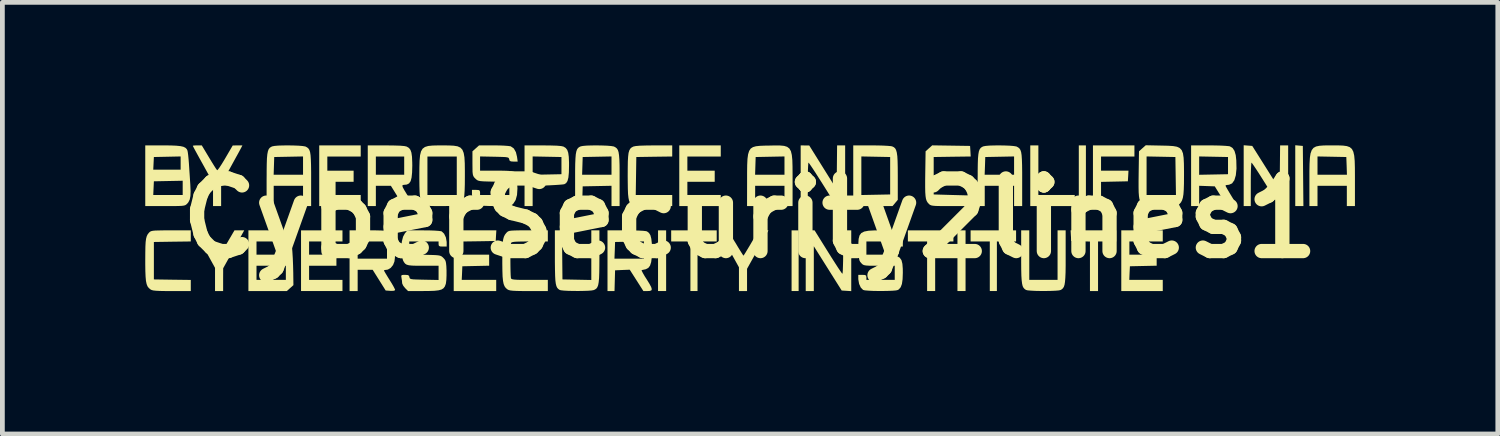
<source format=kicad_pcb>
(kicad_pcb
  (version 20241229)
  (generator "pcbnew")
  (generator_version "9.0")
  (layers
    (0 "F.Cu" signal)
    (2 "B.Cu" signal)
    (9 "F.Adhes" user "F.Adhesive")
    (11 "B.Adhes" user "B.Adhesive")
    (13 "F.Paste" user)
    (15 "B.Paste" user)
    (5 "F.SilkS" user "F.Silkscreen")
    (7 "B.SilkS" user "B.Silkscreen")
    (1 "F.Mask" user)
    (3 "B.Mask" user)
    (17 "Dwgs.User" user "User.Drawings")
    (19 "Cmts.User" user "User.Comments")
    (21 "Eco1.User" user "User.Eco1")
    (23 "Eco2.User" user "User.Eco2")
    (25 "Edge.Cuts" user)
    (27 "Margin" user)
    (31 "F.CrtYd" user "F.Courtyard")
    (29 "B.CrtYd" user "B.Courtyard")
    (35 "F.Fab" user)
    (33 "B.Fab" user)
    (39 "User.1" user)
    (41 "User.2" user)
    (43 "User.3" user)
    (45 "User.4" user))
  (footprint "CyberSecurity2lines1"
    (layer "F.Cu")
    (at 12.7 1.532)
    (property "Reference" "CyberSecurity2lines1" (at 0 0 0) (layer "F.SilkS") (effects (font (size 1.524 1.524) (thickness 0.3))))
    (attr board_only exclude_from_pos_files exclude_from_bom)
    (fp_poly (pts (xy -1.763 1.529) (xy -1.933 1.529) (xy -1.933 0.255) (xy -1.763 0.255)) (stroke (width 0) (type solid)) (fill yes) (layer "F.SilkS"))
    (fp_poly (pts (xy 1.019 1.529) (xy 0.871 1.529) (xy 0.871 0.255) (xy 1.019 0.255)) (stroke (width 0) (type solid)) (fill yes) (layer "F.SilkS"))
    (fp_poly (pts (xy 4.524 1.529) (xy 4.354 1.529) (xy 4.354 0.255) (xy 4.524 0.255)) (stroke (width 0) (type solid)) (fill yes) (layer "F.SilkS"))
    (fp_poly (pts (xy 7.051 -0.255) (xy 6.902 -0.255) (xy 6.902 -1.529) (xy 7.051 -1.529)) (stroke (width 0) (type solid)) (fill yes) (layer "F.SilkS"))
    (fp_poly (pts (xy 6.053 -0.488) (xy 6.817 -0.488) (xy 6.817 -0.255) (xy 5.883 -0.255) (xy 5.883 -1.529) (xy 6.053 -1.529)) (stroke (width 0) (type solid)) (fill yes) (layer "F.SilkS"))
    (fp_poly (pts (xy 11.527 -1.525) (xy 11.606 -1.518) (xy 11.612 -0.887) (xy 11.618 -0.255) (xy 11.447 -0.255) (xy 11.447 -1.532)) (stroke (width 0) (type solid)) (fill yes) (layer "F.SilkS"))
    (fp_poly (pts (xy -0.701 0.488) (xy -1.104 0.488) (xy -1.104 1.529) (xy -1.253 1.529) (xy -1.253 0.488) (xy -1.657 0.488) (xy -1.657 0.255) (xy -0.701 0.255)) (stroke (width 0) (type solid)) (fill yes) (layer "F.SilkS"))
    (fp_poly (pts (xy 4.269 0.488) (xy 3.886 0.488) (xy 3.886 1.529) (xy 3.717 1.529) (xy 3.717 0.488) (xy 3.313 0.488) (xy 3.313 0.255) (xy 4.269 0.255)) (stroke (width 0) (type solid)) (fill yes) (layer "F.SilkS"))
    (fp_poly (pts (xy 5.585 0.488) (xy 5.182 0.488) (xy 5.182 1.529) (xy 5.033 1.529) (xy 5.033 0.488) (xy 4.63 0.488) (xy 4.63 0.255) (xy 5.585 0.255)) (stroke (width 0) (type solid)) (fill yes) (layer "F.SilkS"))
    (fp_poly (pts (xy 7.688 0.488) (xy 7.306 0.488) (xy 7.306 1.529) (xy 7.136 1.529) (xy 7.136 0.49) (xy 6.939 0.484) (xy 6.743 0.478) (xy 6.736 0.366) (xy 6.73 0.255) (xy 7.688 0.255)) (stroke (width 0) (type solid)) (fill yes) (layer "F.SilkS"))
    (fp_poly (pts (xy -8.559 0.488) (xy -9.26 0.488) (xy -9.26 0.765) (xy -8.686 0.765) (xy -8.686 0.998) (xy -9.26 0.998) (xy -9.26 1.295) (xy -8.559 1.295) (xy -8.559 1.529) (xy -9.429 1.529) (xy -9.429 0.255) (xy -8.559 0.255)) (stroke (width 0) (type solid)) (fill yes) (layer "F.SilkS"))
    (fp_poly (pts (xy -8.176 -1.295) (xy -8.877 -1.295) (xy -8.877 -0.998) (xy -8.325 -0.998) (xy -8.325 -0.765) (xy -8.877 -0.765) (xy -8.877 -0.488) (xy -8.176 -0.488) (xy -8.176 -0.255) (xy -9.047 -0.255) (xy -9.047 -1.529) (xy -8.176 -1.529)) (stroke (width 0) (type solid)) (fill yes) (layer "F.SilkS"))
    (fp_poly (pts (xy -0.616 -1.295) (xy -1.317 -1.295) (xy -1.317 -0.998) (xy -0.743 -0.998) (xy -0.743 -0.765) (xy -1.317 -0.765) (xy -1.317 -0.488) (xy -0.616 -0.488) (xy -0.616 -0.255) (xy -1.487 -0.255) (xy -1.487 -1.529) (xy -0.616 -1.529)) (stroke (width 0) (type solid)) (fill yes) (layer "F.SilkS"))
    (fp_poly (pts (xy 8.07 -1.295) (xy 7.369 -1.295) (xy 7.369 -0.998) (xy 7.945 -0.998) (xy 7.939 -0.887) (xy 7.932 -0.775) (xy 7.651 -0.769) (xy 7.369 -0.763) (xy 7.369 -0.255) (xy 7.199 -0.255) (xy 7.199 -1.529) (xy 8.07 -1.529)) (stroke (width 0) (type solid)) (fill yes) (layer "F.SilkS"))
    (fp_poly (pts (xy 8.665 0.488) (xy 7.964 0.488) (xy 7.964 0.765) (xy 8.537 0.765) (xy 8.537 0.997) (xy 8.256 1.003) (xy 7.975 1.009) (xy 7.968 1.152) (xy 7.962 1.295) (xy 8.665 1.295) (xy 8.665 1.529) (xy 7.794 1.529) (xy 7.794 0.255) (xy 8.665 0.255)) (stroke (width 0) (type solid)) (fill yes) (layer "F.SilkS"))
    (fp_poly (pts (xy -5.335 0.366) (xy -5.341 0.478) (xy -5.697 0.484) (xy -6.053 0.489) (xy -6.053 0.765) (xy -5.479 0.765) (xy -5.479 0.997) (xy -6.042 1.009) (xy -6.048 1.152) (xy -6.055 1.295) (xy -5.331 1.295) (xy -5.331 1.529) (xy -6.223 1.529) (xy -6.223 0.255) (xy -5.328 0.255)) (stroke (width 0) (type solid)) (fill yes) (layer "F.SilkS"))
    (fp_poly (pts (xy 1.638 0.711) (xy 1.716 0.835) (xy 1.787 0.946) (xy 1.848 1.04) (xy 1.896 1.111) (xy 1.927 1.155) (xy 1.938 1.167) (xy 1.943 1.147) (xy 1.947 1.091) (xy 1.95 1.004) (xy 1.953 0.894) (xy 1.954 0.765) (xy 1.954 0.711) (xy 1.954 0.255) (xy 2.124 0.255) (xy 2.124 1.531) (xy 1.923 1.518) (xy 1.338 0.588) (xy 1.338 1.529) (xy 1.168 1.529) (xy 1.168 0.255) (xy 1.354 0.255)) (stroke (width 0) (type solid)) (fill yes) (layer "F.SilkS"))
    (fp_poly (pts (xy 1.996 -0.255) (xy 1.813 -0.255) (xy 1.528 -0.711) (xy 1.449 -0.835) (xy 1.378 -0.947) (xy 1.317 -1.04) (xy 1.269 -1.111) (xy 1.238 -1.155) (xy 1.226 -1.168) (xy 1.222 -1.148) (xy 1.218 -1.091) (xy 1.214 -1.004) (xy 1.212 -0.894) (xy 1.211 -0.765) (xy 1.211 -0.711) (xy 1.211 -0.255) (xy 1.062 -0.255) (xy 1.062 -1.529) (xy 1.152 -1.528) (xy 1.242 -1.527) (xy 1.529 -1.067) (xy 1.816 -0.608) (xy 1.822 -1.068) (xy 1.827 -1.529) (xy 1.996 -1.529)) (stroke (width 0) (type solid)) (fill yes) (layer "F.SilkS"))
    (fp_poly (pts (xy 10.454 -1.525) (xy 10.544 -1.518) (xy 10.831 -1.063) (xy 11.118 -0.607) (xy 11.124 -1.068) (xy 11.129 -1.529) (xy 11.298 -1.529) (xy 11.298 -0.255) (xy 11.113 -0.255) (xy 10.829 -0.711) (xy 10.751 -0.835) (xy 10.68 -0.947) (xy 10.619 -1.04) (xy 10.571 -1.111) (xy 10.54 -1.155) (xy 10.528 -1.168) (xy 10.524 -1.148) (xy 10.52 -1.091) (xy 10.516 -1.004) (xy 10.514 -0.894) (xy 10.513 -0.765) (xy 10.513 -0.711) (xy 10.513 -0.255) (xy 10.364 -0.255) (xy 10.364 -1.532)) (stroke (width 0) (type solid)) (fill yes) (layer "F.SilkS"))
    (fp_poly (pts (xy 2.674 -1.528) (xy 2.789 -1.525) (xy 2.884 -1.52) (xy 2.952 -1.514) (xy 2.981 -1.509) (xy 3.017 -1.492) (xy 3.045 -1.468) (xy 3.065 -1.432) (xy 3.08 -1.38) (xy 3.091 -1.305) (xy 3.097 -1.204) (xy 3.1 -1.07) (xy 3.101 -0.9) (xy 3.101 -0.873) (xy 3.101 -0.386) (xy 3.046 -0.32) (xy 2.991 -0.255) (xy 2.166 -0.255) (xy 2.166 -1.297) (xy 2.336 -1.297) (xy 2.336 -0.487) (xy 2.639 -0.493) (xy 2.941 -0.499) (xy 2.941 -1.285) (xy 2.639 -1.291) (xy 2.336 -1.297) (xy 2.166 -1.297) (xy 2.166 -1.529) (xy 2.547 -1.529)) (stroke (width 0) (type solid)) (fill yes) (layer "F.SilkS"))
    (fp_poly (pts (xy -11.315 0.519) (xy -11.259 0.613) (xy -11.211 0.693) (xy -11.174 0.751) (xy -11.152 0.782) (xy -11.149 0.785) (xy -11.135 0.768) (xy -11.103 0.72) (xy -11.059 0.649) (xy -11.006 0.561) (xy -10.982 0.52) (xy -10.827 0.255) (xy -10.622 0.255) (xy -10.843 0.653) (xy -11.064 1.051) (xy -11.065 1.29) (xy -11.065 1.529) (xy -11.235 1.529) (xy -11.235 1.042) (xy -11.447 0.658) (xy -11.511 0.543) (xy -11.567 0.44) (xy -11.612 0.356) (xy -11.644 0.297) (xy -11.659 0.267) (xy -11.659 0.265) (xy -11.64 0.259) (xy -11.592 0.255) (xy -11.564 0.255) (xy -11.469 0.255)) (stroke (width 0) (type solid)) (fill yes) (layer "F.SilkS"))
    (fp_poly (pts (xy 4.222 -1.524) (xy 4.619 -1.518) (xy 4.626 -1.407) (xy 4.632 -1.296) (xy 4.243 -1.291) (xy 3.855 -1.285) (xy 3.855 -0.499) (xy 4.237 -0.488) (xy 4.619 -0.478) (xy 4.626 -0.366) (xy 4.632 -0.255) (xy 4.216 -0.255) (xy 4.073 -0.255) (xy 3.966 -0.256) (xy 3.89 -0.258) (xy 3.837 -0.263) (xy 3.802 -0.27) (xy 3.778 -0.281) (xy 3.759 -0.295) (xy 3.749 -0.306) (xy 3.725 -0.333) (xy 3.707 -0.365) (xy 3.693 -0.407) (xy 3.684 -0.465) (xy 3.678 -0.544) (xy 3.676 -0.649) (xy 3.676 -0.786) (xy 3.678 -0.952) (xy 3.685 -1.405) (xy 3.755 -1.468) (xy 3.824 -1.53)) (stroke (width 0) (type solid)) (fill yes) (layer "F.SilkS"))
    (fp_poly (pts (xy 0.305 0.398) (xy 0.264 0.473) (xy 0.209 0.572) (xy 0.147 0.683) (xy 0.086 0.794) (xy 0.081 0.802) (xy -0.064 1.062) (xy -0.064 1.529) (xy -0.234 1.529) (xy -0.234 1.03) (xy -0.446 0.648) (xy -0.658 0.265) (xy -0.581 0.259) (xy -0.523 0.257) (xy -0.482 0.261) (xy -0.48 0.262) (xy -0.46 0.283) (xy -0.424 0.334) (xy -0.375 0.407) (xy -0.32 0.497) (xy -0.3 0.529) (xy -0.245 0.621) (xy -0.197 0.698) (xy -0.161 0.755) (xy -0.141 0.784) (xy -0.139 0.786) (xy -0.126 0.768) (xy -0.096 0.721) (xy -0.053 0.649) (xy 0.000118 0.561) (xy 0.024 0.52) (xy 0.179 0.255) (xy 0.384 0.255)) (stroke (width 0) (type solid)) (fill yes) (layer "F.SilkS"))
    (fp_poly (pts (xy -11.36 -1.274) (xy -11.303 -1.18) (xy -11.254 -1.101) (xy -11.216 -1.042) (xy -11.193 -1.011) (xy -11.19 -1.007) (xy -11.174 -1.021) (xy -11.141 -1.065) (xy -11.096 -1.134) (xy -11.042 -1.222) (xy -11.018 -1.263) (xy -10.863 -1.528) (xy -10.66 -1.529) (xy -10.69 -1.471) (xy -10.71 -1.434) (xy -10.746 -1.367) (xy -10.796 -1.277) (xy -10.854 -1.171) (xy -10.914 -1.062) (xy -11.107 -0.712) (xy -11.107 -0.255) (xy -11.277 -0.255) (xy -11.277 -0.745) (xy -11.489 -1.129) (xy -11.553 -1.244) (xy -11.609 -1.346) (xy -11.655 -1.43) (xy -11.686 -1.489) (xy -11.701 -1.519) (xy -11.702 -1.521) (xy -11.683 -1.526) (xy -11.635 -1.529) (xy -11.607 -1.529) (xy -11.513 -1.529)) (stroke (width 0) (type solid)) (fill yes) (layer "F.SilkS"))
    (fp_poly (pts (xy -4.186 -1.527) (xy -4.056 -1.523) (xy -3.967 -1.515) (xy -3.918 -1.504) (xy -3.918 -1.504) (xy -3.873 -1.476) (xy -3.84 -1.435) (xy -3.819 -1.375) (xy -3.807 -1.29) (xy -3.802 -1.171) (xy -3.802 -1.104) (xy -3.805 -0.961) (xy -3.815 -0.855) (xy -3.834 -0.782) (xy -3.863 -0.737) (xy -3.902 -0.714) (xy -3.936 -0.709) (xy -4.004 -0.703) (xy -4.096 -0.697) (xy -4.206 -0.691) (xy -4.253 -0.689) (xy -4.566 -0.674) (xy -4.566 -0.255) (xy -4.736 -0.255) (xy -4.736 -1.297) (xy -4.566 -1.297) (xy -4.566 -0.912) (xy -4.263 -0.918) (xy -3.961 -0.924) (xy -3.961 -1.285) (xy -4.263 -1.291) (xy -4.566 -1.297) (xy -4.736 -1.297) (xy -4.736 -1.529) (xy -4.355 -1.529)) (stroke (width 0) (type solid)) (fill yes) (layer "F.SilkS"))
    (fp_poly (pts (xy -1.635 -1.296) (xy -2.012 -1.291) (xy -2.389 -1.285) (xy -2.395 -0.887) (xy -2.401 -0.488) (xy -1.635 -0.488) (xy -1.635 -0.255) (xy -2.033 -0.255) (xy -2.171 -0.257) (xy -2.29 -0.26) (xy -2.384 -0.265) (xy -2.446 -0.272) (xy -2.469 -0.278) (xy -2.5 -0.3) (xy -2.524 -0.329) (xy -2.542 -0.37) (xy -2.554 -0.429) (xy -2.563 -0.511) (xy -2.567 -0.621) (xy -2.569 -0.764) (xy -2.57 -0.892) (xy -2.569 -1.062) (xy -2.567 -1.195) (xy -2.561 -1.296) (xy -2.552 -1.37) (xy -2.537 -1.422) (xy -2.517 -1.459) (xy -2.49 -1.484) (xy -2.455 -1.503) (xy -2.454 -1.504) (xy -2.405 -1.515) (xy -2.316 -1.523) (xy -2.186 -1.527) (xy -2.018 -1.529) (xy -1.635 -1.529)) (stroke (width 0) (type solid)) (fill yes) (layer "F.SilkS"))
    (fp_poly (pts (xy 5.862 1.295) (xy 6.456 1.295) (xy 6.456 0.255) (xy 6.626 0.255) (xy 6.626 0.808) (xy 6.626 0.992) (xy 6.624 1.138) (xy 6.619 1.252) (xy 6.612 1.337) (xy 6.602 1.399) (xy 6.587 1.443) (xy 6.566 1.474) (xy 6.54 1.496) (xy 6.521 1.507) (xy 6.484 1.516) (xy 6.414 1.522) (xy 6.321 1.526) (xy 6.213 1.528) (xy 6.101 1.528) (xy 5.994 1.526) (xy 5.9 1.521) (xy 5.83 1.515) (xy 5.793 1.506) (xy 5.793 1.506) (xy 5.764 1.486) (xy 5.741 1.461) (xy 5.723 1.425) (xy 5.711 1.373) (xy 5.702 1.301) (xy 5.696 1.205) (xy 5.693 1.078) (xy 5.692 0.916) (xy 5.692 0.808) (xy 5.692 0.255) (xy 5.862 0.255)) (stroke (width 0) (type solid)) (fill yes) (layer "F.SilkS"))
    (fp_poly (pts (xy -10.001 0.256) (xy -9.888 0.258) (xy -9.805 0.265) (xy -9.747 0.275) (xy -9.707 0.291) (xy -9.68 0.314) (xy -9.659 0.345) (xy -9.658 0.346) (xy -9.646 0.387) (xy -9.634 0.465) (xy -9.622 0.571) (xy -9.611 0.7) (xy -9.602 0.845) (xy -9.596 0.999) (xy -9.592 1.155) (xy -9.592 1.175) (xy -9.589 1.405) (xy -9.658 1.467) (xy -9.727 1.529) (xy -10.534 1.529) (xy -10.534 1.295) (xy -10.364 1.295) (xy -9.748 1.295) (xy -9.748 0.998) (xy -10.364 0.998) (xy -10.364 1.295) (xy -10.534 1.295) (xy -10.534 0.765) (xy -10.364 0.765) (xy -9.79 0.765) (xy -9.79 0.488) (xy -10.364 0.488) (xy -10.364 0.765) (xy -10.534 0.765) (xy -10.534 0.255) (xy -10.15 0.255)) (stroke (width 0) (type solid)) (fill yes) (layer "F.SilkS"))
    (fp_poly (pts (xy -3.945 0.77) (xy -3.94 1.285) (xy -3.637 1.291) (xy -3.334 1.297) (xy -3.334 0.255) (xy -3.164 0.255) (xy -3.164 0.808) (xy -3.165 0.993) (xy -3.167 1.141) (xy -3.171 1.256) (xy -3.179 1.342) (xy -3.19 1.404) (xy -3.207 1.448) (xy -3.228 1.477) (xy -3.257 1.497) (xy -3.284 1.509) (xy -3.327 1.517) (xy -3.401 1.523) (xy -3.497 1.526) (xy -3.605 1.528) (xy -3.716 1.527) (xy -3.82 1.525) (xy -3.909 1.52) (xy -3.972 1.513) (xy -3.998 1.506) (xy -4.027 1.486) (xy -4.05 1.461) (xy -4.067 1.425) (xy -4.08 1.373) (xy -4.089 1.301) (xy -4.094 1.205) (xy -4.097 1.078) (xy -4.099 0.916) (xy -4.099 0.808) (xy -4.099 0.255) (xy -3.951 0.255)) (stroke (width 0) (type solid)) (fill yes) (layer "F.SilkS"))
    (fp_poly (pts (xy 0.629 -1.527) (xy 0.714 -1.519) (xy 0.778 -1.499) (xy 0.825 -1.463) (xy 0.857 -1.407) (xy 0.876 -1.328) (xy 0.887 -1.22) (xy 0.891 -1.08) (xy 0.892 -0.903) (xy 0.892 -0.799) (xy 0.892 -0.255) (xy 0.722 -0.255) (xy 0.722 -0.68) (xy 0.106 -0.68) (xy 0.106 -0.255) (xy -0.064 -0.255) (xy -0.063 -0.759) (xy -0.063 -0.913) (xy 0.105 -0.913) (xy 0.722 -0.913) (xy 0.722 -1.297) (xy 0.419 -1.291) (xy 0.117 -1.285) (xy 0.111 -1.099) (xy 0.105 -0.913) (xy -0.063 -0.913) (xy -0.063 -0.958) (xy -0.061 -1.119) (xy -0.055 -1.246) (xy -0.042 -1.342) (xy -0.02 -1.413) (xy 0.013 -1.462) (xy 0.06 -1.493) (xy 0.123 -1.511) (xy 0.206 -1.52) (xy 0.309 -1.524) (xy 0.385 -1.525) (xy 0.52 -1.528)) (stroke (width 0) (type solid)) (fill yes) (layer "F.SilkS"))
    (fp_poly (pts (xy 12.222 -1.529) (xy 12.349 -1.529) (xy 12.451 -1.525) (xy 12.531 -1.514) (xy 12.592 -1.492) (xy 12.636 -1.454) (xy 12.666 -1.396) (xy 12.685 -1.313) (xy 12.695 -1.203) (xy 12.699 -1.061) (xy 12.7 -0.882) (xy 12.7 -0.786) (xy 12.7 -0.255) (xy 12.53 -0.255) (xy 12.53 -0.68) (xy 11.914 -0.68) (xy 11.914 -0.255) (xy 11.744 -0.255) (xy 11.744 -0.786) (xy 11.744 -0.983) (xy 11.747 -1.142) (xy 11.754 -1.267) (xy 11.758 -1.297) (xy 11.914 -1.297) (xy 11.914 -0.913) (xy 12.532 -0.913) (xy 12.526 -1.099) (xy 12.519 -1.285) (xy 12.217 -1.291) (xy 11.914 -1.297) (xy 11.758 -1.297) (xy 11.768 -1.361) (xy 11.793 -1.43) (xy 11.83 -1.477) (xy 11.883 -1.506) (xy 11.954 -1.521) (xy 12.046 -1.528) (xy 12.161 -1.529)) (stroke (width 0) (type solid)) (fill yes) (layer "F.SilkS"))
    (fp_poly (pts (xy -11.744 0.488) (xy -12.132 0.493) (xy -12.519 0.499) (xy -12.519 1.285) (xy -12.132 1.291) (xy -11.744 1.296) (xy -11.744 1.529) (xy -12.143 1.529) (xy -12.288 1.529) (xy -12.396 1.527) (xy -12.474 1.523) (xy -12.529 1.517) (xy -12.565 1.508) (xy -12.59 1.496) (xy -12.591 1.494) (xy -12.625 1.466) (xy -12.652 1.431) (xy -12.671 1.383) (xy -12.685 1.318) (xy -12.693 1.229) (xy -12.698 1.112) (xy -12.7 0.959) (xy -12.7 0.883) (xy -12.699 0.721) (xy -12.697 0.596) (xy -12.692 0.501) (xy -12.683 0.431) (xy -12.669 0.379) (xy -12.651 0.341) (xy -12.626 0.309) (xy -12.616 0.298) (xy -12.599 0.283) (xy -12.576 0.272) (xy -12.543 0.264) (xy -12.493 0.259) (xy -12.42 0.257) (xy -12.318 0.255) (xy -12.18 0.255) (xy -12.158 0.255) (xy -11.744 0.255)) (stroke (width 0) (type solid)) (fill yes) (layer "F.SilkS"))
    (fp_poly (pts (xy -9.583 -1.527) (xy -9.48 -1.523) (xy -9.396 -1.516) (xy -9.342 -1.507) (xy -9.333 -1.504) (xy -9.3 -1.486) (xy -9.274 -1.464) (xy -9.254 -1.433) (xy -9.239 -1.388) (xy -9.229 -1.323) (xy -9.223 -1.235) (xy -9.219 -1.118) (xy -9.217 -0.967) (xy -9.217 -0.808) (xy -9.217 -0.255) (xy -9.387 -0.255) (xy -9.387 -0.68) (xy -10.003 -0.68) (xy -10.003 -0.255) (xy -10.152 -0.255) (xy -10.152 -0.808) (xy -10.151 -0.913) (xy -10.004 -0.913) (xy -9.387 -0.913) (xy -9.387 -1.297) (xy -9.69 -1.291) (xy -9.992 -1.285) (xy -10.004 -0.913) (xy -10.151 -0.913) (xy -10.151 -0.993) (xy -10.149 -1.141) (xy -10.145 -1.256) (xy -10.137 -1.342) (xy -10.125 -1.404) (xy -10.109 -1.448) (xy -10.087 -1.477) (xy -10.059 -1.497) (xy -10.032 -1.509) (xy -9.985 -1.518) (xy -9.906 -1.525) (xy -9.806 -1.528) (xy -9.695 -1.529)) (stroke (width 0) (type solid)) (fill yes) (layer "F.SilkS"))
    (fp_poly (pts (xy 5.347 -1.527) (xy 5.45 -1.523) (xy 5.534 -1.516) (xy 5.588 -1.507) (xy 5.597 -1.504) (xy 5.63 -1.486) (xy 5.656 -1.464) (xy 5.676 -1.433) (xy 5.691 -1.388) (xy 5.701 -1.323) (xy 5.707 -1.235) (xy 5.711 -1.118) (xy 5.713 -0.967) (xy 5.713 -0.808) (xy 5.713 -0.255) (xy 5.543 -0.255) (xy 5.543 -0.68) (xy 4.927 -0.68) (xy 4.927 -0.255) (xy 4.778 -0.255) (xy 4.778 -0.808) (xy 4.779 -0.913) (xy 4.925 -0.913) (xy 5.543 -0.913) (xy 5.543 -1.297) (xy 5.24 -1.291) (xy 4.938 -1.285) (xy 4.932 -1.099) (xy 4.925 -0.913) (xy 4.779 -0.913) (xy 4.779 -0.993) (xy 4.781 -1.141) (xy 4.785 -1.256) (xy 4.793 -1.342) (xy 4.804 -1.404) (xy 4.821 -1.448) (xy 4.843 -1.477) (xy 4.871 -1.497) (xy 4.898 -1.509) (xy 4.945 -1.518) (xy 5.024 -1.525) (xy 5.124 -1.528) (xy 5.235 -1.529)) (stroke (width 0) (type solid)) (fill yes) (layer "F.SilkS"))
    (fp_poly (pts (xy -7.478 -1.527) (xy -7.348 -1.523) (xy -7.258 -1.515) (xy -7.21 -1.504) (xy -7.21 -1.504) (xy -7.164 -1.476) (xy -7.132 -1.435) (xy -7.111 -1.375) (xy -7.099 -1.29) (xy -7.094 -1.171) (xy -7.093 -1.104) (xy -7.097 -0.96) (xy -7.108 -0.853) (xy -7.128 -0.778) (xy -7.161 -0.731) (xy -7.208 -0.707) (xy -7.265 -0.701) (xy -7.292 -0.697) (xy -7.302 -0.681) (xy -7.292 -0.648) (xy -7.262 -0.592) (xy -7.21 -0.507) (xy -7.199 -0.49) (xy -7.141 -0.396) (xy -7.106 -0.33) (xy -7.097 -0.288) (xy -7.111 -0.265) (xy -7.149 -0.256) (xy -7.185 -0.255) (xy -7.278 -0.255) (xy -7.41 -0.467) (xy -7.542 -0.68) (xy -7.858 -0.68) (xy -7.858 -0.255) (xy -8.028 -0.255) (xy -8.028 -0.913) (xy -7.858 -0.913) (xy -7.263 -0.913) (xy -7.263 -1.295) (xy -7.858 -1.295) (xy -7.858 -0.913) (xy -8.028 -0.913) (xy -8.028 -1.529) (xy -7.646 -1.529)) (stroke (width 0) (type solid)) (fill yes) (layer "F.SilkS"))
    (fp_poly (pts (xy -3.106 -1.527) (xy -3.003 -1.523) (xy -2.919 -1.516) (xy -2.865 -1.507) (xy -2.856 -1.504) (xy -2.823 -1.486) (xy -2.797 -1.464) (xy -2.777 -1.433) (xy -2.762 -1.388) (xy -2.752 -1.323) (xy -2.745 -1.235) (xy -2.741 -1.118) (xy -2.74 -0.967) (xy -2.74 -0.808) (xy -2.74 -0.255) (xy -2.91 -0.255) (xy -2.91 -0.681) (xy -3.212 -0.675) (xy -3.515 -0.669) (xy -3.521 -0.462) (xy -3.527 -0.255) (xy -3.674 -0.255) (xy -3.674 -0.808) (xy -3.674 -0.913) (xy -3.527 -0.913) (xy -2.91 -0.913) (xy -2.91 -1.297) (xy -3.212 -1.291) (xy -3.515 -1.285) (xy -3.527 -0.913) (xy -3.674 -0.913) (xy -3.674 -0.993) (xy -3.672 -1.141) (xy -3.667 -1.256) (xy -3.66 -1.342) (xy -3.648 -1.404) (xy -3.632 -1.448) (xy -3.61 -1.477) (xy -3.582 -1.497) (xy -3.555 -1.509) (xy -3.508 -1.518) (xy -3.429 -1.525) (xy -3.329 -1.528) (xy -3.218 -1.529)) (stroke (width 0) (type solid)) (fill yes) (layer "F.SilkS"))
    (fp_poly (pts (xy 9.767 -1.528) (xy 9.882 -1.525) (xy 9.977 -1.52) (xy 10.045 -1.514) (xy 10.075 -1.509) (xy 10.132 -1.473) (xy 10.171 -1.414) (xy 10.197 -1.325) (xy 10.209 -1.214) (xy 10.213 -1.041) (xy 10.199 -0.902) (xy 10.168 -0.798) (xy 10.12 -0.731) (xy 10.055 -0.702) (xy 10.036 -0.701) (xy 9.995 -0.695) (xy 9.982 -0.685) (xy 9.992 -0.661) (xy 10.021 -0.61) (xy 10.062 -0.54) (xy 10.087 -0.499) (xy 10.146 -0.402) (xy 10.18 -0.334) (xy 10.191 -0.291) (xy 10.177 -0.267) (xy 10.141 -0.257) (xy 10.104 -0.255) (xy 10.013 -0.255) (xy 9.885 -0.462) (xy 9.757 -0.669) (xy 9.429 -0.681) (xy 9.429 -0.255) (xy 9.26 -0.255) (xy 9.26 -1.297) (xy 9.429 -1.297) (xy 9.429 -0.912) (xy 9.732 -0.918) (xy 10.035 -0.924) (xy 10.035 -1.285) (xy 9.732 -1.291) (xy 9.429 -1.297) (xy 9.26 -1.297) (xy 9.26 -1.529) (xy 9.64 -1.529)) (stroke (width 0) (type solid)) (fill yes) (layer "F.SilkS"))
    (fp_poly (pts (xy -7.858 0.255) (xy -7.741 0.258) (xy -7.655 0.265) (xy -7.593 0.278) (xy -7.55 0.297) (xy -7.521 0.325) (xy -7.498 0.363) (xy -7.484 0.395) (xy -7.47 0.451) (xy -7.46 0.537) (xy -7.455 0.639) (xy -7.454 0.745) (xy -7.459 0.841) (xy -7.468 0.91) (xy -7.497 0.983) (xy -7.546 1.043) (xy -7.605 1.078) (xy -7.634 1.083) (xy -7.674 1.088) (xy -7.688 1.096) (xy -7.677 1.119) (xy -7.648 1.169) (xy -7.606 1.238) (xy -7.571 1.294) (xy -7.522 1.373) (xy -7.483 1.441) (xy -7.459 1.489) (xy -7.454 1.505) (xy -7.471 1.522) (xy -7.523 1.526) (xy -7.553 1.525) (xy -7.652 1.518) (xy -7.788 1.301) (xy -7.925 1.083) (xy -8.24 1.083) (xy -8.24 1.529) (xy -8.41 1.529) (xy -8.41 0.849) (xy -8.24 0.849) (xy -7.624 0.849) (xy -7.624 0.488) (xy -8.24 0.488) (xy -8.24 0.849) (xy -8.41 0.849) (xy -8.41 0.255) (xy -8.011 0.255)) (stroke (width 0) (type solid)) (fill yes) (layer "F.SilkS"))
    (fp_poly (pts (xy -12.171 -1.528) (xy -12.051 -1.523) (xy -11.962 -1.514) (xy -11.899 -1.5) (xy -11.857 -1.479) (xy -11.829 -1.451) (xy -11.817 -1.429) (xy -11.808 -1.393) (xy -11.799 -1.325) (xy -11.79 -1.235) (xy -11.783 -1.147) (xy -11.775 -1.022) (xy -11.766 -0.888) (xy -11.758 -0.764) (xy -11.754 -0.705) (xy -11.748 -0.568) (xy -11.752 -0.466) (xy -11.767 -0.39) (xy -11.796 -0.333) (xy -11.819 -0.306) (xy -11.838 -0.288) (xy -11.858 -0.275) (xy -11.886 -0.266) (xy -11.929 -0.26) (xy -11.991 -0.257) (xy -12.081 -0.255) (xy -12.203 -0.255) (xy -12.285 -0.255) (xy -12.7 -0.255) (xy -12.7 -0.488) (xy -12.532 -0.488) (xy -11.914 -0.488) (xy -11.914 -0.787) (xy -12.217 -0.781) (xy -12.519 -0.775) (xy -12.532 -0.488) (xy -12.7 -0.488) (xy -12.7 -1.019) (xy -12.532 -1.019) (xy -11.957 -1.019) (xy -11.957 -1.297) (xy -12.238 -1.291) (xy -12.519 -1.285) (xy -12.532 -1.019) (xy -12.7 -1.019) (xy -12.7 -1.529) (xy -12.327 -1.529)) (stroke (width 0) (type solid)) (fill yes) (layer "F.SilkS"))
    (fp_poly (pts (xy -2.462 0.256) (xy -2.342 0.259) (xy -2.249 0.264) (xy -2.187 0.271) (xy -2.165 0.277) (xy -2.123 0.309) (xy -2.093 0.358) (xy -2.074 0.431) (xy -2.063 0.532) (xy -2.06 0.67) (xy -2.06 0.673) (xy -2.064 0.816) (xy -2.077 0.921) (xy -2.101 0.996) (xy -2.137 1.043) (xy -2.188 1.07) (xy -2.203 1.074) (xy -2.251 1.084) (xy -2.278 1.09) (xy -2.274 1.108) (xy -2.25 1.154) (xy -2.212 1.22) (xy -2.177 1.274) (xy -2.115 1.374) (xy -2.078 1.443) (xy -2.064 1.489) (xy -2.073 1.515) (xy -2.106 1.527) (xy -2.15 1.529) (xy -2.241 1.529) (xy -2.527 1.081) (xy -2.681 1.087) (xy -2.835 1.094) (xy -2.841 1.311) (xy -2.847 1.529) (xy -2.994 1.529) (xy -2.994 0.849) (xy -2.848 0.849) (xy -2.23 0.849) (xy -2.23 0.487) (xy -2.533 0.493) (xy -2.835 0.499) (xy -2.841 0.674) (xy -2.848 0.849) (xy -2.994 0.849) (xy -2.994 0.255) (xy -2.6 0.255)) (stroke (width 0) (type solid)) (fill yes) (layer "F.SilkS"))
    (fp_poly (pts (xy 8.643 -1.525) (xy 8.777 -1.522) (xy 8.883 -1.515) (xy 8.963 -1.501) (xy 9.022 -1.473) (xy 9.063 -1.428) (xy 9.089 -1.362) (xy 9.103 -1.269) (xy 9.109 -1.145) (xy 9.111 -0.985) (xy 9.111 -0.892) (xy 9.11 -0.728) (xy 9.106 -0.6) (xy 9.099 -0.503) (xy 9.087 -0.43) (xy 9.07 -0.376) (xy 9.047 -0.333) (xy 9.023 -0.305) (xy 9.004 -0.286) (xy 8.982 -0.273) (xy 8.951 -0.264) (xy 8.904 -0.259) (xy 8.833 -0.256) (xy 8.732 -0.255) (xy 8.628 -0.255) (xy 8.499 -0.255) (xy 8.406 -0.256) (xy 8.34 -0.26) (xy 8.297 -0.266) (xy 8.268 -0.276) (xy 8.246 -0.29) (xy 8.23 -0.306) (xy 8.206 -0.333) (xy 8.188 -0.365) (xy 8.174 -0.407) (xy 8.165 -0.465) (xy 8.159 -0.544) (xy 8.157 -0.649) (xy 8.157 -0.786) (xy 8.159 -0.952) (xy 8.164 -1.297) (xy 8.325 -1.297) (xy 8.325 -0.488) (xy 8.942 -0.488) (xy 8.936 -0.887) (xy 8.93 -1.285) (xy 8.628 -1.291) (xy 8.325 -1.297) (xy 8.164 -1.297) (xy 8.166 -1.405) (xy 8.237 -1.469) (xy 8.308 -1.532)) (stroke (width 0) (type solid)) (fill yes) (layer "F.SilkS"))
    (fp_poly (pts (xy -6.332 -1.528) (xy -6.225 -1.523) (xy -6.143 -1.51) (xy -6.083 -1.483) (xy -6.041 -1.438) (xy -6.014 -1.371) (xy -5.998 -1.278) (xy -5.991 -1.154) (xy -5.989 -0.994) (xy -5.989 -0.881) (xy -5.99 -0.71) (xy -5.994 -0.575) (xy -6.001 -0.473) (xy -6.013 -0.398) (xy -6.03 -0.344) (xy -6.053 -0.308) (xy -6.083 -0.283) (xy -6.092 -0.278) (xy -6.13 -0.269) (xy -6.205 -0.262) (xy -6.309 -0.257) (xy -6.438 -0.255) (xy -6.476 -0.255) (xy -6.605 -0.255) (xy -6.698 -0.257) (xy -6.762 -0.261) (xy -6.805 -0.267) (xy -6.834 -0.277) (xy -6.854 -0.292) (xy -6.861 -0.298) (xy -6.888 -0.329) (xy -6.908 -0.365) (xy -6.923 -0.411) (xy -6.934 -0.475) (xy -6.935 -0.488) (xy -6.775 -0.488) (xy -6.159 -0.488) (xy -6.159 -1.295) (xy -6.775 -1.295) (xy -6.775 -0.488) (xy -6.935 -0.488) (xy -6.94 -0.56) (xy -6.943 -0.675) (xy -6.945 -0.823) (xy -6.945 -0.883) (xy -6.944 -1.066) (xy -6.94 -1.21) (xy -6.93 -1.321) (xy -6.91 -1.402) (xy -6.877 -1.459) (xy -6.827 -1.496) (xy -6.758 -1.517) (xy -6.666 -1.526) (xy -6.547 -1.529) (xy -6.467 -1.529)) (stroke (width 0) (type solid)) (fill yes) (layer "F.SilkS"))
    (fp_poly (pts (xy -4.247 0.488) (xy -4.627 0.488) (xy -4.765 0.489) (xy -4.867 0.491) (xy -4.937 0.494) (xy -4.982 0.5) (xy -5.007 0.508) (xy -5.019 0.519) (xy -5.02 0.522) (xy -5.025 0.554) (xy -5.029 0.62) (xy -5.031 0.713) (xy -5.033 0.824) (xy -5.033 0.892) (xy -5.032 1.009) (xy -5.03 1.113) (xy -5.027 1.196) (xy -5.023 1.248) (xy -5.02 1.262) (xy -5.011 1.274) (xy -4.988 1.283) (xy -4.948 1.289) (xy -4.883 1.293) (xy -4.788 1.295) (xy -4.658 1.295) (xy -4.627 1.295) (xy -4.247 1.295) (xy -4.247 1.529) (xy -4.646 1.529) (xy -4.791 1.529) (xy -4.899 1.527) (xy -4.978 1.523) (xy -5.032 1.517) (xy -5.068 1.508) (xy -5.093 1.496) (xy -5.095 1.494) (xy -5.129 1.466) (xy -5.155 1.43) (xy -5.175 1.381) (xy -5.188 1.315) (xy -5.197 1.224) (xy -5.201 1.104) (xy -5.203 0.949) (xy -5.203 0.894) (xy -5.202 0.732) (xy -5.2 0.607) (xy -5.194 0.512) (xy -5.184 0.441) (xy -5.169 0.388) (xy -5.148 0.346) (xy -5.12 0.31) (xy -5.113 0.303) (xy -5.096 0.286) (xy -5.076 0.274) (xy -5.047 0.265) (xy -5.003 0.26) (xy -4.937 0.257) (xy -4.843 0.255) (xy -4.715 0.255) (xy -4.658 0.255) (xy -4.247 0.255)) (stroke (width 0) (type solid)) (fill yes) (layer "F.SilkS"))
    (fp_poly (pts (xy 3.145 0.317) (xy 3.184 0.364) (xy 3.202 0.413) (xy 3.207 0.484) (xy 3.207 0.487) (xy 3.207 0.595) (xy 3.122 0.595) (xy 3.067 0.592) (xy 3.043 0.578) (xy 3.037 0.546) (xy 3.037 0.542) (xy 3.037 0.488) (xy 2.442 0.488) (xy 2.442 0.765) (xy 2.726 0.765) (xy 2.881 0.767) (xy 2.999 0.775) (xy 3.084 0.795) (xy 3.142 0.829) (xy 3.179 0.882) (xy 3.198 0.958) (xy 3.206 1.061) (xy 3.207 1.147) (xy 3.202 1.281) (xy 3.188 1.38) (xy 3.162 1.449) (xy 3.123 1.494) (xy 3.102 1.507) (xy 3.065 1.516) (xy 2.995 1.522) (xy 2.901 1.526) (xy 2.794 1.528) (xy 2.682 1.528) (xy 2.575 1.526) (xy 2.481 1.521) (xy 2.411 1.515) (xy 2.374 1.506) (xy 2.373 1.506) (xy 2.324 1.456) (xy 2.289 1.379) (xy 2.273 1.289) (xy 2.272 1.275) (xy 2.272 1.189) (xy 2.357 1.189) (xy 2.412 1.192) (xy 2.436 1.206) (xy 2.442 1.238) (xy 2.442 1.242) (xy 2.442 1.295) (xy 3.037 1.295) (xy 3.037 0.998) (xy 2.711 0.998) (xy 2.587 0.998) (xy 2.498 0.997) (xy 2.438 0.993) (xy 2.397 0.986) (xy 2.37 0.975) (xy 2.35 0.959) (xy 2.335 0.943) (xy 2.311 0.915) (xy 2.295 0.882) (xy 2.286 0.835) (xy 2.28 0.765) (xy 2.276 0.666) (xy 2.273 0.534) (xy 2.279 0.434) (xy 2.298 0.361) (xy 2.335 0.311) (xy 2.396 0.28) (xy 2.484 0.263) (xy 2.606 0.256) (xy 2.746 0.255) (xy 3.083 0.255)) (stroke (width 0) (type solid)) (fill yes) (layer "F.SilkS"))
    (fp_poly (pts (xy -5.271 -1.528) (xy -5.168 -1.524) (xy -5.086 -1.518) (xy -5.034 -1.511) (xy -5.025 -1.509) (xy -4.961 -1.464) (xy -4.917 -1.386) (xy -4.894 -1.29) (xy -4.88 -1.189) (xy -4.966 -1.189) (xy -5.022 -1.193) (xy -5.049 -1.208) (xy -5.058 -1.237) (xy -5.063 -1.256) (xy -5.074 -1.269) (xy -5.098 -1.278) (xy -5.142 -1.284) (xy -5.213 -1.287) (xy -5.318 -1.29) (xy -5.368 -1.291) (xy -5.67 -1.297) (xy -5.67 -0.998) (xy -5.342 -0.998) (xy -5.217 -0.998) (xy -5.127 -0.996) (xy -5.065 -0.993) (xy -5.024 -0.986) (xy -4.998 -0.975) (xy -4.978 -0.959) (xy -4.97 -0.952) (xy -4.921 -0.869) (xy -4.892 -0.752) (xy -4.885 -0.626) (xy -4.894 -0.488) (xy -4.923 -0.382) (xy -4.972 -0.305) (xy -4.973 -0.305) (xy -4.992 -0.286) (xy -5.014 -0.273) (xy -5.045 -0.264) (xy -5.093 -0.259) (xy -5.164 -0.256) (xy -5.266 -0.255) (xy -5.361 -0.255) (xy -5.483 -0.257) (xy -5.59 -0.261) (xy -5.674 -0.267) (xy -5.727 -0.274) (xy -5.739 -0.278) (xy -5.788 -0.328) (xy -5.824 -0.405) (xy -5.84 -0.495) (xy -5.84 -0.509) (xy -5.84 -0.595) (xy -5.755 -0.595) (xy -5.701 -0.592) (xy -5.676 -0.578) (xy -5.67 -0.546) (xy -5.67 -0.542) (xy -5.67 -0.488) (xy -5.055 -0.488) (xy -5.055 -0.762) (xy -5.383 -0.768) (xy -5.508 -0.771) (xy -5.598 -0.774) (xy -5.66 -0.779) (xy -5.701 -0.787) (xy -5.73 -0.799) (xy -5.752 -0.816) (xy -5.771 -0.834) (xy -5.796 -0.86) (xy -5.812 -0.887) (xy -5.822 -0.921) (xy -5.828 -0.973) (xy -5.829 -1.051) (xy -5.83 -1.149) (xy -5.83 -1.405) (xy -5.691 -1.529) (xy -5.385 -1.529)) (stroke (width 0) (type solid)) (fill yes) (layer "F.SilkS"))
    (fp_poly (pts (xy -6.733 0.256) (xy -6.625 0.26) (xy -6.541 0.266) (xy -6.488 0.273) (xy -6.476 0.277) (xy -6.425 0.325) (xy -6.388 0.402) (xy -6.372 0.493) (xy -6.371 0.509) (xy -6.371 0.595) (xy -6.456 0.595) (xy -6.511 0.592) (xy -6.535 0.578) (xy -6.541 0.546) (xy -6.541 0.542) (xy -6.541 0.488) (xy -7.157 0.488) (xy -7.157 0.762) (xy -6.828 0.768) (xy -6.703 0.771) (xy -6.614 0.774) (xy -6.552 0.779) (xy -6.51 0.787) (xy -6.482 0.799) (xy -6.459 0.816) (xy -6.441 0.834) (xy -6.413 0.865) (xy -6.395 0.896) (xy -6.385 0.94) (xy -6.378 1.006) (xy -6.374 1.098) (xy -6.374 1.202) (xy -6.378 1.297) (xy -6.387 1.368) (xy -6.391 1.384) (xy -6.41 1.434) (xy -6.438 1.471) (xy -6.479 1.497) (xy -6.541 1.514) (xy -6.628 1.524) (xy -6.748 1.528) (xy -6.86 1.529) (xy -7.182 1.529) (xy -7.244 1.467) (xy -7.283 1.418) (xy -7.304 1.373) (xy -7.306 1.363) (xy -7.31 1.313) (xy -7.319 1.256) (xy -7.325 1.213) (xy -7.314 1.194) (xy -7.275 1.189) (xy -7.246 1.189) (xy -7.189 1.193) (xy -7.162 1.208) (xy -7.153 1.237) (xy -7.149 1.256) (xy -7.138 1.269) (xy -7.114 1.278) (xy -7.069 1.284) (xy -6.998 1.287) (xy -6.894 1.29) (xy -6.844 1.291) (xy -6.541 1.297) (xy -6.541 0.998) (xy -6.869 0.998) (xy -7.001 0.998) (xy -7.097 0.995) (xy -7.164 0.988) (xy -7.211 0.975) (xy -7.242 0.955) (xy -7.266 0.925) (xy -7.284 0.893) (xy -7.311 0.812) (xy -7.324 0.708) (xy -7.324 0.594) (xy -7.311 0.483) (xy -7.286 0.387) (xy -7.249 0.319) (xy -7.249 0.318) (xy -7.196 0.255) (xy -6.856 0.255)) (stroke (width 0) (type solid)) (fill yes) (layer "F.SilkS")))
  (gr_rect
    (start -3 -3)
    (end 28.4 6.063)
    (stroke (width 0.1) (type default))
    (fill no)
    (layer "Edge.Cuts")))
</source>
